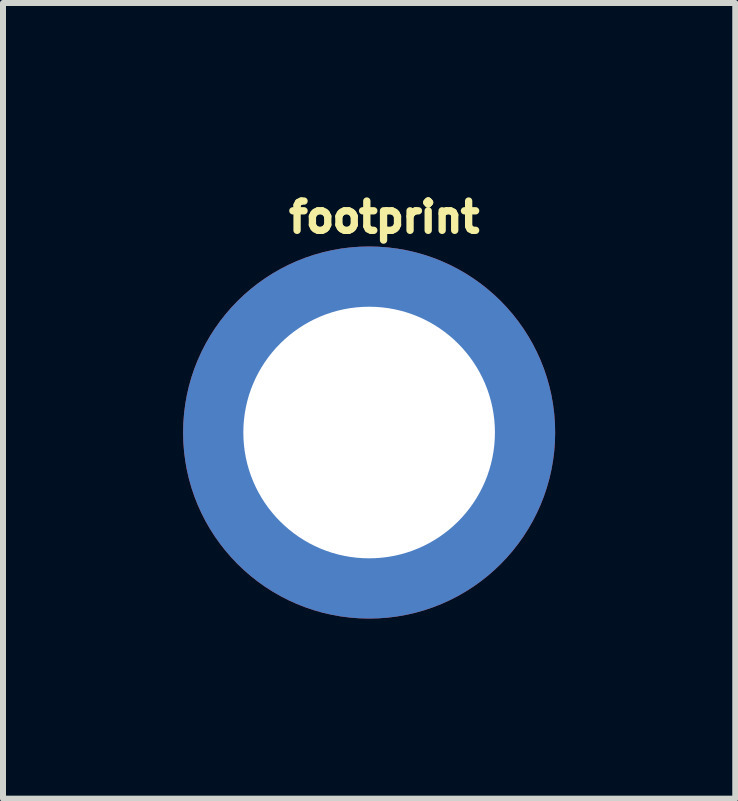
<source format=kicad_pcb>
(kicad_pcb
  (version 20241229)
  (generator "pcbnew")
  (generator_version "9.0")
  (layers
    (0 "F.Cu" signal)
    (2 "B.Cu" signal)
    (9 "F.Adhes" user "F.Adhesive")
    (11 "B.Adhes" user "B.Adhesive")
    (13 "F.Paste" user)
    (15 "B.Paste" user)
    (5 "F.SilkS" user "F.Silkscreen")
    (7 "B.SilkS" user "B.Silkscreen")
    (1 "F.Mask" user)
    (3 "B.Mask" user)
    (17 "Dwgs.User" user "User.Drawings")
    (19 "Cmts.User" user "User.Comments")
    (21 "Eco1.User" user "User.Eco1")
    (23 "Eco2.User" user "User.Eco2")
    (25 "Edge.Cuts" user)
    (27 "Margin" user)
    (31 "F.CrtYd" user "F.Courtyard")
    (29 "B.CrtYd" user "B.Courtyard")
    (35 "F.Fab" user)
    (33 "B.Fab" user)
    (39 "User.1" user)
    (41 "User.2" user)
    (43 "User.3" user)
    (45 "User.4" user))
  (footprint "footprint"
    (layer "F.Cu")
    (at 3.099 4.155)
    (property "Reference" "footprint" (at -1.397 -3.302 0) (layer "F.SilkS") (effects (font (size 0.488 0.488) (thickness 0.122)) (justify left bottom)))
    (fp_arc (start -2.286 -1.016) (mid -1.768905 -1.768905) (end -1.016 -2.286) (stroke (width 1.016) (type solid)) (layer "F.Paste"))
    (fp_arc (start -1.016 2.286) (mid -1.768905 1.768905) (end -2.286 1.016) (stroke (width 1.016) (type solid)) (layer "F.Paste"))
    (fp_arc (start 1.016 -2.286) (mid 1.768905 -1.768905) (end 2.286 -1.016) (stroke (width 1.016) (type solid)) (layer "F.Paste"))
    (fp_arc (start 2.286 1.016) (mid 1.768905 1.768905) (end 1.016 2.286) (stroke (width 1.016) (type solid)) (layer "F.Paste"))
    (fp_circle (center 0 0) (end 1.016 0) (stroke (width 0.127) (type solid)) (fill no) (layer "F.Fab"))
    (pad "P$1" thru_hole circle (at 0 0) (size 6.198 6.198) (drill 4.191) (layers "*.Cu" "*.Mask")))
  (gr_rect
    (start -3 -3)
    (end 9.198 10.254)
    (stroke (width 0.1) (type default))
    (fill no)
    (layer "Edge.Cuts")))
</source>
